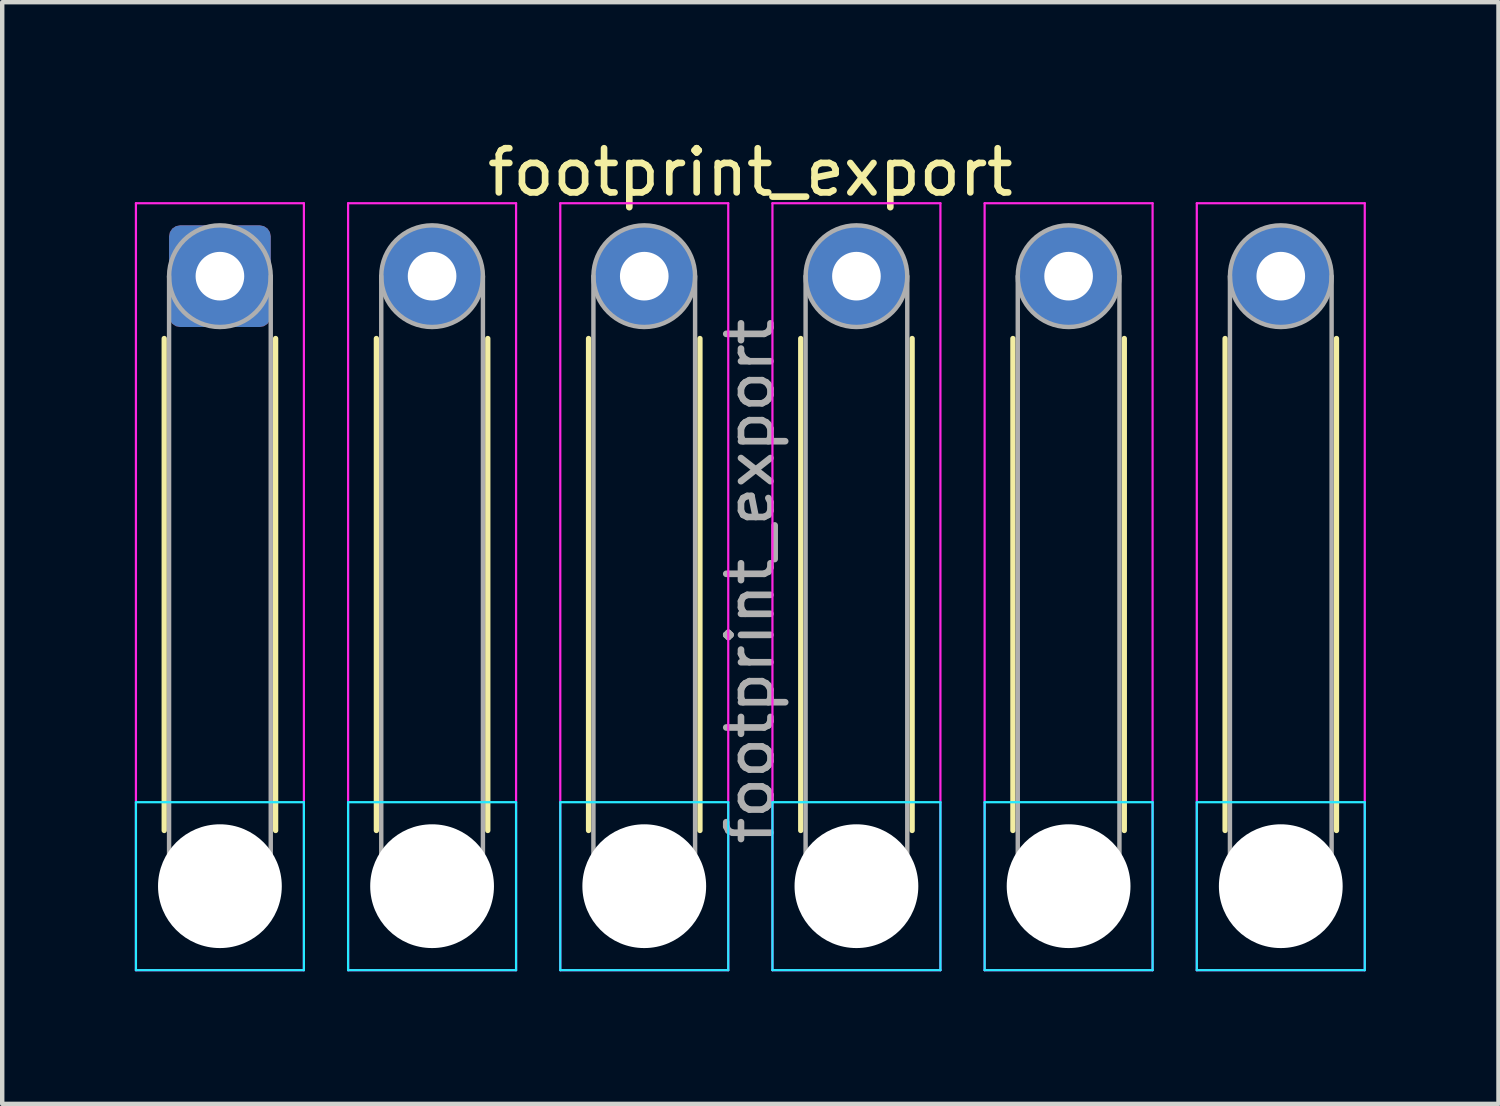
<source format=kicad_pcb>
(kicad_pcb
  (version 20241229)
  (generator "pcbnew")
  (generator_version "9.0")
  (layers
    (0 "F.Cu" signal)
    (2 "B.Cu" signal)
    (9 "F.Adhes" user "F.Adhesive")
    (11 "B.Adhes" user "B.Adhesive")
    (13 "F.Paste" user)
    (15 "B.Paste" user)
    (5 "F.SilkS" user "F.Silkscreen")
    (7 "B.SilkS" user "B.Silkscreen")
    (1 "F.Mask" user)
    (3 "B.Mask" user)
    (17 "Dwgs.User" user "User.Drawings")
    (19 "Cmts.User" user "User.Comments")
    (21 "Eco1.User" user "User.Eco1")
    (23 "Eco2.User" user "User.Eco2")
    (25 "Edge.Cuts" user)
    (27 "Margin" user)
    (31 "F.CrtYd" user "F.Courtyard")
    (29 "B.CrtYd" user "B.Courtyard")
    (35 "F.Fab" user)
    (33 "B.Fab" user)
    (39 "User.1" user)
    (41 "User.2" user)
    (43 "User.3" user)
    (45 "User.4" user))
  (footprint "footprint_export"
    (layer "F.Cu")
    (at 1.925 3.198)
    (property "Reference" "footprint_export" (at 12 -2.35 0) (layer "F.SilkS") (effects (font (size 1 1) (thickness 0.15))))
    (attr exclude_from_pos_files exclude_from_bom)
    (fp_line (start -1.26 1.41) (end -1.26 12.54) (stroke (width 0.12) (type solid)) (layer "F.SilkS"))
    (fp_line (start 1.26 1.41) (end 1.26 12.54) (stroke (width 0.12) (type solid)) (layer "F.SilkS"))
    (fp_line (start 3.54 1.41) (end 3.54 12.54) (stroke (width 0.12) (type solid)) (layer "F.SilkS"))
    (fp_line (start 6.06 1.41) (end 6.06 12.54) (stroke (width 0.12) (type solid)) (layer "F.SilkS"))
    (fp_line (start 8.34 1.41) (end 8.34 12.54) (stroke (width 0.12) (type solid)) (layer "F.SilkS"))
    (fp_line (start 10.86 1.41) (end 10.86 12.54) (stroke (width 0.12) (type solid)) (layer "F.SilkS"))
    (fp_line (start 13.14 1.41) (end 13.14 12.54) (stroke (width 0.12) (type solid)) (layer "F.SilkS"))
    (fp_line (start 15.66 1.41) (end 15.66 12.54) (stroke (width 0.12) (type solid)) (layer "F.SilkS"))
    (fp_line (start 17.94 1.41) (end 17.94 12.54) (stroke (width 0.12) (type solid)) (layer "F.SilkS"))
    (fp_line (start 20.46 1.41) (end 20.46 12.54) (stroke (width 0.12) (type solid)) (layer "F.SilkS"))
    (fp_line (start 22.74 1.41) (end 22.74 12.54) (stroke (width 0.12) (type solid)) (layer "F.SilkS"))
    (fp_line (start 25.26 1.41) (end 25.26 12.54) (stroke (width 0.12) (type solid)) (layer "F.SilkS"))
    (fp_line (start -1.9 11.9) (end -1.9 15.7) (stroke (width 0.05) (type solid)) (layer "B.CrtYd"))
    (fp_line (start -1.9 15.7) (end 1.9 15.7) (stroke (width 0.05) (type solid)) (layer "B.CrtYd"))
    (fp_line (start 1.9 11.9) (end -1.9 11.9) (stroke (width 0.05) (type solid)) (layer "B.CrtYd"))
    (fp_line (start 1.9 15.7) (end 1.9 11.9) (stroke (width 0.05) (type solid)) (layer "B.CrtYd"))
    (fp_line (start 2.9 11.9) (end 2.9 15.7) (stroke (width 0.05) (type solid)) (layer "B.CrtYd"))
    (fp_line (start 2.9 15.7) (end 6.7 15.7) (stroke (width 0.05) (type solid)) (layer "B.CrtYd"))
    (fp_line (start 6.7 11.9) (end 2.9 11.9) (stroke (width 0.05) (type solid)) (layer "B.CrtYd"))
    (fp_line (start 6.7 15.7) (end 6.7 11.9) (stroke (width 0.05) (type solid)) (layer "B.CrtYd"))
    (fp_line (start 7.7 11.9) (end 7.7 15.7) (stroke (width 0.05) (type solid)) (layer "B.CrtYd"))
    (fp_line (start 7.7 15.7) (end 11.5 15.7) (stroke (width 0.05) (type solid)) (layer "B.CrtYd"))
    (fp_line (start 11.5 11.9) (end 7.7 11.9) (stroke (width 0.05) (type solid)) (layer "B.CrtYd"))
    (fp_line (start 11.5 15.7) (end 11.5 11.9) (stroke (width 0.05) (type solid)) (layer "B.CrtYd"))
    (fp_line (start 12.5 11.9) (end 12.5 15.7) (stroke (width 0.05) (type solid)) (layer "B.CrtYd"))
    (fp_line (start 12.5 15.7) (end 16.3 15.7) (stroke (width 0.05) (type solid)) (layer "B.CrtYd"))
    (fp_line (start 16.3 11.9) (end 12.5 11.9) (stroke (width 0.05) (type solid)) (layer "B.CrtYd"))
    (fp_line (start 16.3 15.7) (end 16.3 11.9) (stroke (width 0.05) (type solid)) (layer "B.CrtYd"))
    (fp_line (start 17.3 11.9) (end 17.3 15.7) (stroke (width 0.05) (type solid)) (layer "B.CrtYd"))
    (fp_line (start 17.3 15.7) (end 21.1 15.7) (stroke (width 0.05) (type solid)) (layer "B.CrtYd"))
    (fp_line (start 21.1 11.9) (end 17.3 11.9) (stroke (width 0.05) (type solid)) (layer "B.CrtYd"))
    (fp_line (start 21.1 15.7) (end 21.1 11.9) (stroke (width 0.05) (type solid)) (layer "B.CrtYd"))
    (fp_line (start 22.1 11.9) (end 22.1 15.7) (stroke (width 0.05) (type solid)) (layer "B.CrtYd"))
    (fp_line (start 22.1 15.7) (end 25.9 15.7) (stroke (width 0.05) (type solid)) (layer "B.CrtYd"))
    (fp_line (start 25.9 11.9) (end 22.1 11.9) (stroke (width 0.05) (type solid)) (layer "B.CrtYd"))
    (fp_line (start 25.9 15.7) (end 25.9 11.9) (stroke (width 0.05) (type solid)) (layer "B.CrtYd"))
    (fp_line (start -1.9 -1.65) (end -1.9 15.7) (stroke (width 0.05) (type solid)) (layer "F.CrtYd"))
    (fp_line (start -1.9 15.7) (end 1.9 15.7) (stroke (width 0.05) (type solid)) (layer "F.CrtYd"))
    (fp_line (start 1.9 -1.65) (end -1.9 -1.65) (stroke (width 0.05) (type solid)) (layer "F.CrtYd"))
    (fp_line (start 1.9 15.7) (end 1.9 -1.65) (stroke (width 0.05) (type solid)) (layer "F.CrtYd"))
    (fp_line (start 2.9 -1.65) (end 2.9 15.7) (stroke (width 0.05) (type solid)) (layer "F.CrtYd"))
    (fp_line (start 2.9 15.7) (end 6.7 15.7) (stroke (width 0.05) (type solid)) (layer "F.CrtYd"))
    (fp_line (start 6.7 -1.65) (end 2.9 -1.65) (stroke (width 0.05) (type solid)) (layer "F.CrtYd"))
    (fp_line (start 6.7 15.7) (end 6.7 -1.65) (stroke (width 0.05) (type solid)) (layer "F.CrtYd"))
    (fp_line (start 7.7 -1.65) (end 7.7 15.7) (stroke (width 0.05) (type solid)) (layer "F.CrtYd"))
    (fp_line (start 7.7 15.7) (end 11.5 15.7) (stroke (width 0.05) (type solid)) (layer "F.CrtYd"))
    (fp_line (start 11.5 -1.65) (end 7.7 -1.65) (stroke (width 0.05) (type solid)) (layer "F.CrtYd"))
    (fp_line (start 11.5 15.7) (end 11.5 -1.65) (stroke (width 0.05) (type solid)) (layer "F.CrtYd"))
    (fp_line (start 12.5 -1.65) (end 12.5 15.7) (stroke (width 0.05) (type solid)) (layer "F.CrtYd"))
    (fp_line (start 12.5 15.7) (end 16.3 15.7) (stroke (width 0.05) (type solid)) (layer "F.CrtYd"))
    (fp_line (start 16.3 -1.65) (end 12.5 -1.65) (stroke (width 0.05) (type solid)) (layer "F.CrtYd"))
    (fp_line (start 16.3 15.7) (end 16.3 -1.65) (stroke (width 0.05) (type solid)) (layer "F.CrtYd"))
    (fp_line (start 17.3 -1.65) (end 17.3 15.7) (stroke (width 0.05) (type solid)) (layer "F.CrtYd"))
    (fp_line (start 17.3 15.7) (end 21.1 15.7) (stroke (width 0.05) (type solid)) (layer "F.CrtYd"))
    (fp_line (start 21.1 -1.65) (end 17.3 -1.65) (stroke (width 0.05) (type solid)) (layer "F.CrtYd"))
    (fp_line (start 21.1 15.7) (end 21.1 -1.65) (stroke (width 0.05) (type solid)) (layer "F.CrtYd"))
    (fp_line (start 22.1 -1.65) (end 22.1 15.7) (stroke (width 0.05) (type solid)) (layer "F.CrtYd"))
    (fp_line (start 22.1 15.7) (end 25.9 15.7) (stroke (width 0.05) (type solid)) (layer "F.CrtYd"))
    (fp_line (start 25.9 -1.65) (end 22.1 -1.65) (stroke (width 0.05) (type solid)) (layer "F.CrtYd"))
    (fp_line (start 25.9 15.7) (end 25.9 -1.65) (stroke (width 0.05) (type solid)) (layer "F.CrtYd"))
    (fp_line (start -1.15 0) (end -1.15 13.8) (stroke (width 0.1) (type solid)) (layer "F.Fab"))
    (fp_line (start 1.15 0) (end 1.15 13.8) (stroke (width 0.1) (type solid)) (layer "F.Fab"))
    (fp_line (start 3.65 0) (end 3.65 13.8) (stroke (width 0.1) (type solid)) (layer "F.Fab"))
    (fp_line (start 5.95 0) (end 5.95 13.8) (stroke (width 0.1) (type solid)) (layer "F.Fab"))
    (fp_line (start 8.45 0) (end 8.45 13.8) (stroke (width 0.1) (type solid)) (layer "F.Fab"))
    (fp_line (start 10.75 0) (end 10.75 13.8) (stroke (width 0.1) (type solid)) (layer "F.Fab"))
    (fp_line (start 13.25 0) (end 13.25 13.8) (stroke (width 0.1) (type solid)) (layer "F.Fab"))
    (fp_line (start 15.55 0) (end 15.55 13.8) (stroke (width 0.1) (type solid)) (layer "F.Fab"))
    (fp_line (start 18.05 0) (end 18.05 13.8) (stroke (width 0.1) (type solid)) (layer "F.Fab"))
    (fp_line (start 20.35 0) (end 20.35 13.8) (stroke (width 0.1) (type solid)) (layer "F.Fab"))
    (fp_line (start 22.85 0) (end 22.85 13.8) (stroke (width 0.1) (type solid)) (layer "F.Fab"))
    (fp_line (start 25.15 0) (end 25.15 13.8) (stroke (width 0.1) (type solid)) (layer "F.Fab"))
    (fp_circle (center 0 0) (end 1.15 0) (stroke (width 0.1) (type solid)) (fill no) (layer "F.Fab"))
    (fp_circle (center 0 13.8) (end 1.15 13.8) (stroke (width 0.1) (type solid)) (fill no) (layer "F.Fab"))
    (fp_circle (center 4.8 0) (end 5.95 0) (stroke (width 0.1) (type solid)) (fill no) (layer "F.Fab"))
    (fp_circle (center 4.8 13.8) (end 5.95 13.8) (stroke (width 0.1) (type solid)) (fill no) (layer "F.Fab"))
    (fp_circle (center 9.6 0) (end 10.75 0) (stroke (width 0.1) (type solid)) (fill no) (layer "F.Fab"))
    (fp_circle (center 9.6 13.8) (end 10.75 13.8) (stroke (width 0.1) (type solid)) (fill no) (layer "F.Fab"))
    (fp_circle (center 14.4 0) (end 15.55 0) (stroke (width 0.1) (type solid)) (fill no) (layer "F.Fab"))
    (fp_circle (center 14.4 13.8) (end 15.55 13.8) (stroke (width 0.1) (type solid)) (fill no) (layer "F.Fab"))
    (fp_circle (center 19.2 0) (end 20.35 0) (stroke (width 0.1) (type solid)) (fill no) (layer "F.Fab"))
    (fp_circle (center 19.2 13.8) (end 20.35 13.8) (stroke (width 0.1) (type solid)) (fill no) (layer "F.Fab"))
    (fp_circle (center 24 0) (end 25.15 0) (stroke (width 0.1) (type solid)) (fill no) (layer "F.Fab"))
    (fp_circle (center 24 13.8) (end 25.15 13.8) (stroke (width 0.1) (type solid)) (fill no) (layer "F.Fab"))
    (fp_text user "${REFERENCE}" (at 12 6.9 90) (layer "F.Fab") (effects (font (size 1 1) (thickness 0.15))))
    (pad "" np_thru_hole circle (at 0 13.8) (size 2.8 2.8) (drill 2.8) (layers "*.Cu" "*.Mask"))
    (pad "" np_thru_hole circle (at 4.8 13.8) (size 2.8 2.8) (drill 2.8) (layers "*.Cu" "*.Mask"))
    (pad "" np_thru_hole circle (at 9.6 13.8) (size 2.8 2.8) (drill 2.8) (layers "*.Cu" "*.Mask"))
    (pad "" np_thru_hole circle (at 14.4 13.8) (size 2.8 2.8) (drill 2.8) (layers "*.Cu" "*.Mask"))
    (pad "" np_thru_hole circle (at 19.2 13.8) (size 2.8 2.8) (drill 2.8) (layers "*.Cu" "*.Mask"))
    (pad "" np_thru_hole circle (at 24 13.8) (size 2.8 2.8) (drill 2.8) (layers "*.Cu" "*.Mask"))
    (pad "1" thru_hole roundrect (at 0 0) (size 2.3 2.3) (drill 1.1) (layers "*.Cu" "*.Mask") (roundrect_rratio 0.109))
    (pad "2" thru_hole circle (at 4.8 0) (size 2.3 2.3) (drill 1.1) (layers "*.Cu" "*.Mask"))
    (pad "3" thru_hole circle (at 9.6 0) (size 2.3 2.3) (drill 1.1) (layers "*.Cu" "*.Mask"))
    (pad "4" thru_hole circle (at 14.4 0) (size 2.3 2.3) (drill 1.1) (layers "*.Cu" "*.Mask"))
    (pad "5" thru_hole circle (at 19.2 0) (size 2.3 2.3) (drill 1.1) (layers "*.Cu" "*.Mask"))
    (pad "6" thru_hole circle (at 24 0) (size 2.3 2.3) (drill 1.1) (layers "*.Cu" "*.Mask")))
  (gr_rect
    (start -3 -3)
    (end 30.85 21.923)
    (stroke (width 0.1) (type default))
    (fill no)
    (layer "Edge.Cuts")))
</source>
